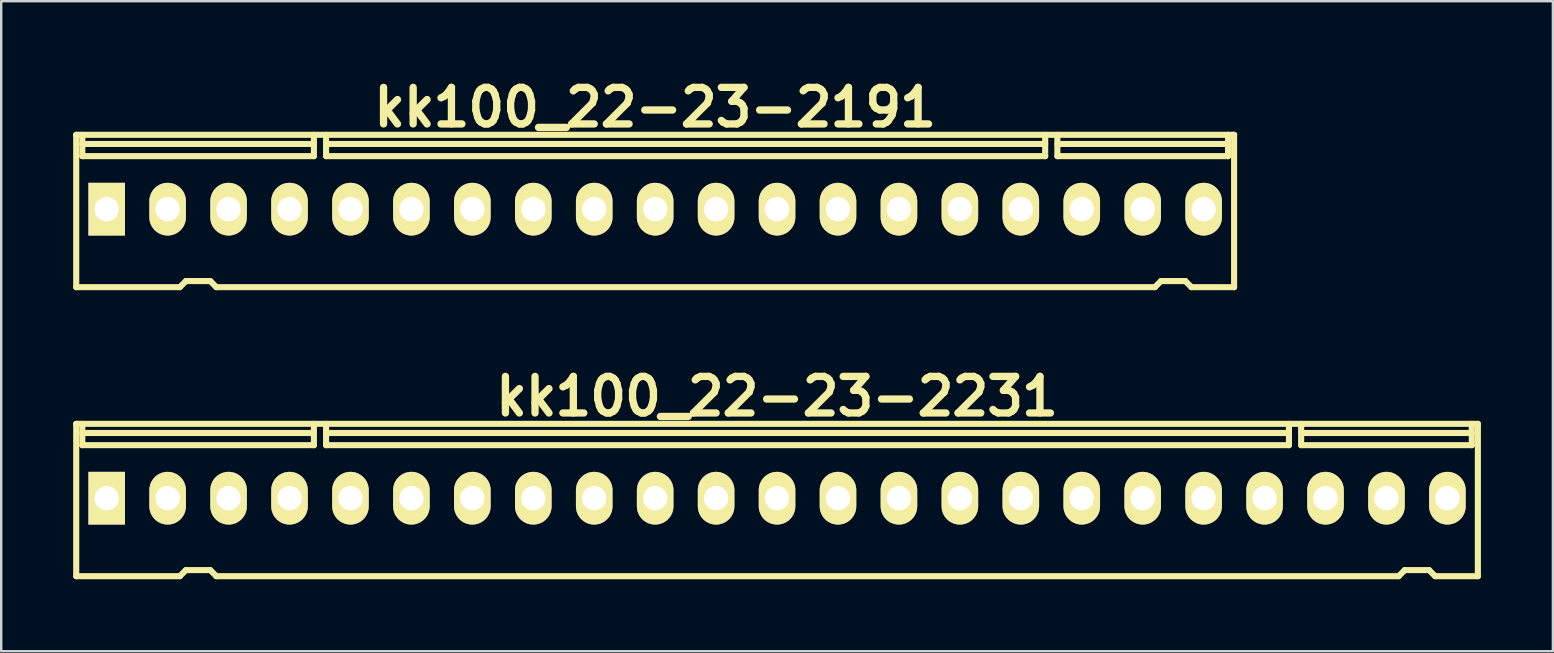
<source format=kicad_pcb>
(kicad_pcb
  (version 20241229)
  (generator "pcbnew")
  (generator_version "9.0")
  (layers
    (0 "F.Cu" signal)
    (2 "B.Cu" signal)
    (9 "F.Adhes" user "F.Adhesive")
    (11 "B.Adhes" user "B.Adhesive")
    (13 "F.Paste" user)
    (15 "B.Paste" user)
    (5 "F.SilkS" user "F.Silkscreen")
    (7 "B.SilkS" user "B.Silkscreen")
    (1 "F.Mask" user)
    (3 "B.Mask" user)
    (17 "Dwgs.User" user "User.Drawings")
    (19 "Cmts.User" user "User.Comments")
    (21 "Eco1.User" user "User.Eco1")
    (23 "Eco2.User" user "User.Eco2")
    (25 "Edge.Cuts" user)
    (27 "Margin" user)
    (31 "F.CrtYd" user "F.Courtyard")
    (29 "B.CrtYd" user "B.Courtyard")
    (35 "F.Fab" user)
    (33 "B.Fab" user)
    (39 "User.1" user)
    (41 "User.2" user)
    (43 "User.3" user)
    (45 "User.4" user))
  (footprint "kk100_22-23-2191"
    (layer "F.Cu")
    (at 24.257 5.744)
    (property "Reference" "kk100_22-23-2191" (at 0 -4.318 0) (layer "F.SilkS") (effects (font (size 1.524 1.524) (thickness 0.305))))
    (attr through_hole)
    (fp_line (start -24.13 3.175) (end -24.13 -3.175) (stroke (width 0.254) (type solid)) (layer "F.SilkS"))
    (fp_line (start -23.876 -2.286) (end -23.876 -3.175) (stroke (width 0.254) (type solid)) (layer "F.SilkS"))
    (fp_line (start -19.812 3.175) (end -24.13 3.175) (stroke (width 0.254) (type solid)) (layer "F.SilkS"))
    (fp_line (start -19.558 2.921) (end -19.812 3.175) (stroke (width 0.254) (type solid)) (layer "F.SilkS"))
    (fp_line (start -19.558 2.921) (end -18.542 2.921) (stroke (width 0.254) (type solid)) (layer "F.SilkS"))
    (fp_line (start -18.542 2.921) (end -18.288 3.175) (stroke (width 0.254) (type solid)) (layer "F.SilkS"))
    (fp_line (start -18.288 3.175) (end 20.828 3.175) (stroke (width 0.254) (type solid)) (layer "F.SilkS"))
    (fp_line (start -14.224 -2.794) (end -23.876 -2.794) (stroke (width 0.254) (type solid)) (layer "F.SilkS"))
    (fp_line (start -14.224 -2.286) (end -23.876 -2.286) (stroke (width 0.254) (type solid)) (layer "F.SilkS"))
    (fp_line (start -14.224 -2.286) (end -14.224 -3.175) (stroke (width 0.254) (type solid)) (layer "F.SilkS"))
    (fp_line (start -13.716 -2.286) (end -13.716 -3.175) (stroke (width 0.254) (type solid)) (layer "F.SilkS"))
    (fp_line (start -13.716 -2.286) (end 16.256 -2.286) (stroke (width 0.254) (type solid)) (layer "F.SilkS"))
    (fp_line (start 16.256 -2.794) (end -13.716 -2.794) (stroke (width 0.254) (type solid)) (layer "F.SilkS"))
    (fp_line (start 16.256 -2.286) (end 16.256 -3.175) (stroke (width 0.254) (type solid)) (layer "F.SilkS"))
    (fp_line (start 16.764 -2.794) (end 23.876 -2.794) (stroke (width 0.254) (type solid)) (layer "F.SilkS"))
    (fp_line (start 16.764 -2.286) (end 16.764 -3.175) (stroke (width 0.254) (type solid)) (layer "F.SilkS"))
    (fp_line (start 16.764 -2.286) (end 23.876 -2.286) (stroke (width 0.254) (type solid)) (layer "F.SilkS"))
    (fp_line (start 21.082 2.921) (end 20.828 3.175) (stroke (width 0.254) (type solid)) (layer "F.SilkS"))
    (fp_line (start 21.082 2.921) (end 22.098 2.921) (stroke (width 0.254) (type solid)) (layer "F.SilkS"))
    (fp_line (start 22.098 2.921) (end 22.352 3.175) (stroke (width 0.254) (type solid)) (layer "F.SilkS"))
    (fp_line (start 22.352 3.175) (end 24.13 3.175) (stroke (width 0.254) (type solid)) (layer "F.SilkS"))
    (fp_line (start 23.876 -2.286) (end 23.876 -3.175) (stroke (width 0.254) (type solid)) (layer "F.SilkS"))
    (fp_line (start 24.13 -3.175) (end -24.13 -3.175) (stroke (width 0.254) (type solid)) (layer "F.SilkS"))
    (fp_line (start 24.13 -3.175) (end 24.13 3.175) (stroke (width 0.254) (type solid)) (layer "F.SilkS"))
    (pad "1" thru_hole rect (at -22.86 -0.076) (size 1.524 2.197) (drill 1.016) (layers "*.Cu" "*.Mask" "F.SilkS"))
    (pad "2" thru_hole oval (at -20.32 -0.076) (size 1.524 2.197) (drill 1.016) (layers "*.Cu" "*.Mask" "F.SilkS"))
    (pad "3" thru_hole oval (at -17.78 -0.076) (size 1.524 2.197) (drill 1.016) (layers "*.Cu" "*.Mask" "F.SilkS"))
    (pad "4" thru_hole oval (at -15.24 -0.076) (size 1.524 2.197) (drill 1.016) (layers "*.Cu" "*.Mask" "F.SilkS"))
    (pad "5" thru_hole oval (at -12.7 -0.076) (size 1.524 2.197) (drill 1.016) (layers "*.Cu" "*.Mask" "F.SilkS"))
    (pad "6" thru_hole oval (at -10.16 -0.076) (size 1.524 2.197) (drill 1.016) (layers "*.Cu" "*.Mask" "F.SilkS"))
    (pad "7" thru_hole oval (at -7.62 -0.076) (size 1.524 2.197) (drill 1.016) (layers "*.Cu" "*.Mask" "F.SilkS"))
    (pad "8" thru_hole oval (at -5.08 -0.076) (size 1.524 2.197) (drill 1.016) (layers "*.Cu" "*.Mask" "F.SilkS"))
    (pad "9" thru_hole oval (at -2.54 -0.076) (size 1.524 2.197) (drill 1.016) (layers "*.Cu" "*.Mask" "F.SilkS"))
    (pad "10" thru_hole oval (at 0 -0.076) (size 1.524 2.197) (drill 1.016) (layers "*.Cu" "*.Mask" "F.SilkS"))
    (pad "11" thru_hole oval (at 2.54 -0.076) (size 1.524 2.197) (drill 1.016) (layers "*.Cu" "*.Mask" "F.SilkS"))
    (pad "12" thru_hole oval (at 5.08 -0.076) (size 1.524 2.197) (drill 1.016) (layers "*.Cu" "*.Mask" "F.SilkS"))
    (pad "13" thru_hole oval (at 7.62 -0.076) (size 1.524 2.197) (drill 1.016) (layers "*.Cu" "*.Mask" "F.SilkS"))
    (pad "14" thru_hole oval (at 10.16 -0.076) (size 1.524 2.197) (drill 1.016) (layers "*.Cu" "*.Mask" "F.SilkS"))
    (pad "15" thru_hole oval (at 12.7 -0.076) (size 1.524 2.197) (drill 1.016) (layers "*.Cu" "*.Mask" "F.SilkS"))
    (pad "16" thru_hole oval (at 15.24 -0.076) (size 1.524 2.197) (drill 1.016) (layers "*.Cu" "*.Mask" "F.SilkS"))
    (pad "17" thru_hole oval (at 17.78 -0.076) (size 1.524 2.197) (drill 1.016) (layers "*.Cu" "*.Mask" "F.SilkS"))
    (pad "18" thru_hole oval (at 20.32 -0.076) (size 1.524 2.197) (drill 1.016) (layers "*.Cu" "*.Mask" "F.SilkS"))
    (pad "19" thru_hole oval (at 22.86 -0.076) (size 1.524 2.197) (drill 1.016) (layers "*.Cu" "*.Mask" "F.SilkS")))
  (footprint "kk100_22-23-2231"
    (layer "F.Cu")
    (at 29.337 17.791)
    (property "Reference" "kk100_22-23-2231" (at 0 -4.318 0) (layer "F.SilkS") (effects (font (size 1.524 1.524) (thickness 0.305))))
    (attr through_hole)
    (fp_line (start -29.21 3.175) (end -29.21 -3.175) (stroke (width 0.254) (type solid)) (layer "F.SilkS"))
    (fp_line (start -28.956 -2.286) (end -28.956 -3.175) (stroke (width 0.254) (type solid)) (layer "F.SilkS"))
    (fp_line (start -24.892 3.175) (end -29.21 3.175) (stroke (width 0.254) (type solid)) (layer "F.SilkS"))
    (fp_line (start -24.638 2.921) (end -24.892 3.175) (stroke (width 0.254) (type solid)) (layer "F.SilkS"))
    (fp_line (start -24.638 2.921) (end -23.622 2.921) (stroke (width 0.254) (type solid)) (layer "F.SilkS"))
    (fp_line (start -23.622 2.921) (end -23.368 3.175) (stroke (width 0.254) (type solid)) (layer "F.SilkS"))
    (fp_line (start -19.304 -2.794) (end -28.956 -2.794) (stroke (width 0.254) (type solid)) (layer "F.SilkS"))
    (fp_line (start -19.304 -2.286) (end -28.956 -2.286) (stroke (width 0.254) (type solid)) (layer "F.SilkS"))
    (fp_line (start -19.304 -2.286) (end -19.304 -3.175) (stroke (width 0.254) (type solid)) (layer "F.SilkS"))
    (fp_line (start -18.796 -2.286) (end -18.796 -3.175) (stroke (width 0.254) (type solid)) (layer "F.SilkS"))
    (fp_line (start -18.796 -2.286) (end 21.336 -2.286) (stroke (width 0.254) (type solid)) (layer "F.SilkS"))
    (fp_line (start 21.336 -2.794) (end -18.796 -2.794) (stroke (width 0.254) (type solid)) (layer "F.SilkS"))
    (fp_line (start 21.336 -2.286) (end 21.336 -3.175) (stroke (width 0.254) (type solid)) (layer "F.SilkS"))
    (fp_line (start 21.844 -2.794) (end 28.956 -2.794) (stroke (width 0.254) (type solid)) (layer "F.SilkS"))
    (fp_line (start 21.844 -2.286) (end 21.844 -3.175) (stroke (width 0.254) (type solid)) (layer "F.SilkS"))
    (fp_line (start 21.844 -2.286) (end 28.956 -2.286) (stroke (width 0.254) (type solid)) (layer "F.SilkS"))
    (fp_line (start 25.908 3.175) (end -23.368 3.175) (stroke (width 0.254) (type solid)) (layer "F.SilkS"))
    (fp_line (start 26.162 2.921) (end 25.908 3.175) (stroke (width 0.254) (type solid)) (layer "F.SilkS"))
    (fp_line (start 26.162 2.921) (end 27.178 2.921) (stroke (width 0.254) (type solid)) (layer "F.SilkS"))
    (fp_line (start 27.178 2.921) (end 27.432 3.175) (stroke (width 0.254) (type solid)) (layer "F.SilkS"))
    (fp_line (start 27.432 3.175) (end 29.21 3.175) (stroke (width 0.254) (type solid)) (layer "F.SilkS"))
    (fp_line (start 28.956 -2.286) (end 28.956 -3.175) (stroke (width 0.254) (type solid)) (layer "F.SilkS"))
    (fp_line (start 29.21 -3.175) (end -29.21 -3.175) (stroke (width 0.254) (type solid)) (layer "F.SilkS"))
    (fp_line (start 29.21 -3.175) (end 29.21 3.175) (stroke (width 0.254) (type solid)) (layer "F.SilkS"))
    (pad "1" thru_hole rect (at -27.94 -0.076) (size 1.524 2.197) (drill 1.016) (layers "*.Cu" "*.Mask" "F.SilkS"))
    (pad "2" thru_hole oval (at -25.4 -0.076) (size 1.524 2.197) (drill 1.016) (layers "*.Cu" "*.Mask" "F.SilkS"))
    (pad "3" thru_hole oval (at -22.86 -0.076) (size 1.524 2.197) (drill 1.016) (layers "*.Cu" "*.Mask" "F.SilkS"))
    (pad "4" thru_hole oval (at -20.32 -0.076) (size 1.524 2.197) (drill 1.016) (layers "*.Cu" "*.Mask" "F.SilkS"))
    (pad "5" thru_hole oval (at -17.78 -0.076) (size 1.524 2.197) (drill 1.016) (layers "*.Cu" "*.Mask" "F.SilkS"))
    (pad "6" thru_hole oval (at -15.24 -0.076) (size 1.524 2.197) (drill 1.016) (layers "*.Cu" "*.Mask" "F.SilkS"))
    (pad "7" thru_hole oval (at -12.7 -0.076) (size 1.524 2.197) (drill 1.016) (layers "*.Cu" "*.Mask" "F.SilkS"))
    (pad "8" thru_hole oval (at -10.16 -0.076) (size 1.524 2.197) (drill 1.016) (layers "*.Cu" "*.Mask" "F.SilkS"))
    (pad "9" thru_hole oval (at -7.62 -0.076) (size 1.524 2.197) (drill 1.016) (layers "*.Cu" "*.Mask" "F.SilkS"))
    (pad "10" thru_hole oval (at -5.08 -0.076) (size 1.524 2.197) (drill 1.016) (layers "*.Cu" "*.Mask" "F.SilkS"))
    (pad "11" thru_hole oval (at -2.54 -0.076) (size 1.524 2.197) (drill 1.016) (layers "*.Cu" "*.Mask" "F.SilkS"))
    (pad "12" thru_hole oval (at 0 -0.076) (size 1.524 2.197) (drill 1.016) (layers "*.Cu" "*.Mask" "F.SilkS"))
    (pad "13" thru_hole oval (at 2.54 -0.076) (size 1.524 2.197) (drill 1.016) (layers "*.Cu" "*.Mask" "F.SilkS"))
    (pad "14" thru_hole oval (at 5.08 -0.076) (size 1.524 2.197) (drill 1.016) (layers "*.Cu" "*.Mask" "F.SilkS"))
    (pad "15" thru_hole oval (at 7.62 -0.076) (size 1.524 2.197) (drill 1.016) (layers "*.Cu" "*.Mask" "F.SilkS"))
    (pad "16" thru_hole oval (at 10.16 -0.076) (size 1.524 2.197) (drill 1.016) (layers "*.Cu" "*.Mask" "F.SilkS"))
    (pad "17" thru_hole oval (at 12.7 -0.076) (size 1.524 2.197) (drill 1.016) (layers "*.Cu" "*.Mask" "F.SilkS"))
    (pad "18" thru_hole oval (at 15.24 -0.076) (size 1.524 2.197) (drill 1.016) (layers "*.Cu" "*.Mask" "F.SilkS"))
    (pad "19" thru_hole oval (at 17.78 -0.076) (size 1.524 2.197) (drill 1.016) (layers "*.Cu" "*.Mask" "F.SilkS"))
    (pad "20" thru_hole oval (at 20.32 -0.076) (size 1.524 2.197) (drill 1.016) (layers "*.Cu" "*.Mask" "F.SilkS"))
    (pad "21" thru_hole oval (at 22.86 -0.076) (size 1.524 2.197) (drill 1.016) (layers "*.Cu" "*.Mask" "F.SilkS"))
    (pad "22" thru_hole oval (at 25.4 -0.076) (size 1.524 2.197) (drill 1.016) (layers "*.Cu" "*.Mask" "F.SilkS"))
    (pad "23" thru_hole oval (at 27.94 -0.076) (size 1.524 2.197) (drill 1.016) (layers "*.Cu" "*.Mask" "F.SilkS")))
  (gr_rect
    (start -3 -3)
    (end 61.674 24.093)
    (stroke (width 0.1) (type default))
    (fill no)
    (layer "Edge.Cuts")))
</source>
